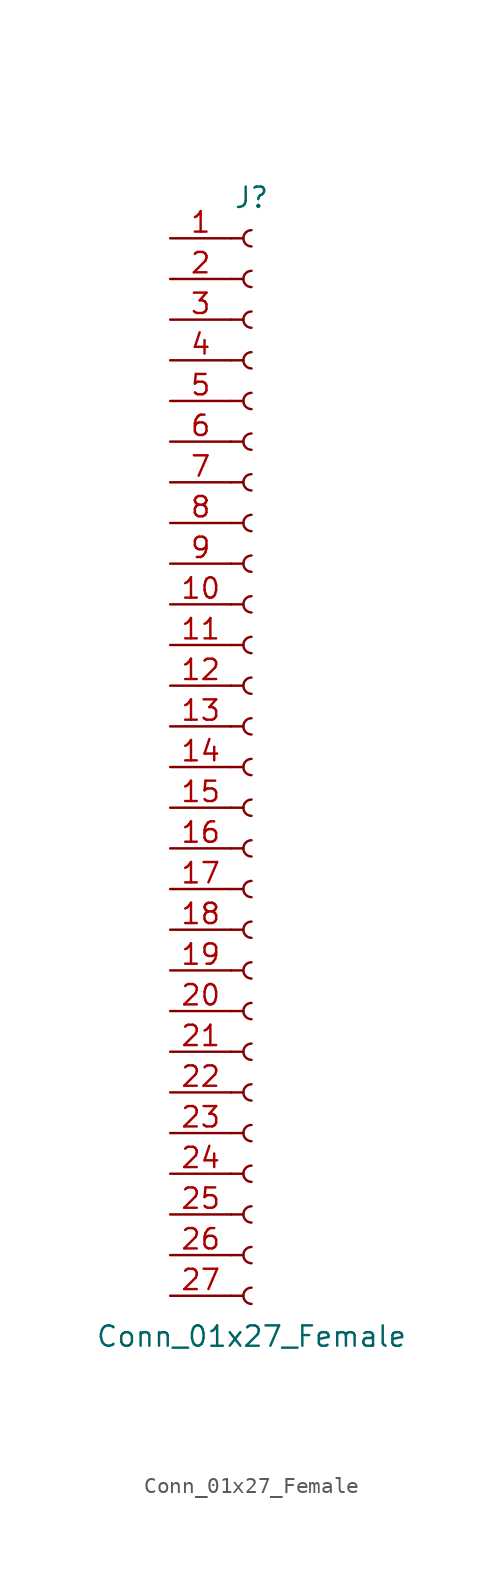
<source format=kicad_sym>
(kicad_symbol_lib
  (version 20220914)
  (generator kicad_symbol_editor)
  (symbol "Conn_01x27_Female"
    (pin_names
      (offset 1.016) hide)
    (property "Reference" "J"
      (at 0 35.56 0)
      (effects (font (size 1.27 1.27))))
    (property "Value" "Conn_01x27_Female"
      (at 0 -35.56 0)
      (effects (font (size 1.27 1.27))))
    (symbol "Conn_01x27_Female_1_1"
      (arc (start 0 -32.512) (mid -0.5058 -33.02) (end 0 -33.528) (stroke (width 0.1524) (type default)) (fill (type none)))
      (arc (start 0 -29.972) (mid -0.5058 -30.48) (end 0 -30.988) (stroke (width 0.1524) (type default)) (fill (type none)))
      (arc (start 0 -27.432) (mid -0.5058 -27.94) (end 0 -28.448) (stroke (width 0.1524) (type default)) (fill (type none)))
      (arc (start 0 -24.892) (mid -0.5058 -25.4) (end 0 -25.908) (stroke (width 0.1524) (type default)) (fill (type none)))
      (arc (start 0 -22.352) (mid -0.5058 -22.86) (end 0 -23.368) (stroke (width 0.1524) (type default)) (fill (type none)))
      (arc (start 0 -19.812) (mid -0.5058 -20.32) (end 0 -20.828) (stroke (width 0.1524) (type default)) (fill (type none)))
      (arc (start 0 -17.272) (mid -0.5058 -17.78) (end 0 -18.288) (stroke (width 0.1524) (type default)) (fill (type none)))
      (arc (start 0 -14.732) (mid -0.5058 -15.24) (end 0 -15.748) (stroke (width 0.1524) (type default)) (fill (type none)))
      (arc (start 0 -12.192) (mid -0.5058 -12.7) (end 0 -13.208) (stroke (width 0.1524) (type default)) (fill (type none)))
      (arc (start 0 -9.652) (mid -0.5058 -10.16) (end 0 -10.668) (stroke (width 0.1524) (type default)) (fill (type none)))
      (arc (start 0 -7.112) (mid -0.5058 -7.62) (end 0 -8.128) (stroke (width 0.1524) (type default)) (fill (type none)))
      (arc (start 0 -4.572) (mid -0.5058 -5.08) (end 0 -5.588) (stroke (width 0.1524) (type default)) (fill (type none)))
      (arc (start 0 -2.032) (mid -0.5058 -2.54) (end 0 -3.048) (stroke (width 0.1524) (type default)) (fill (type none)))
      (polyline (pts (xy -1.27 -33.02) (xy -0.508 -33.02)) (stroke (width 0.152) (type default)) (fill (type none)))
      (polyline (pts (xy -1.27 -30.48) (xy -0.508 -30.48)) (stroke (width 0.152) (type default)) (fill (type none)))
      (polyline (pts (xy -1.27 -27.94) (xy -0.508 -27.94)) (stroke (width 0.152) (type default)) (fill (type none)))
      (polyline (pts (xy -1.27 -25.4) (xy -0.508 -25.4)) (stroke (width 0.152) (type default)) (fill (type none)))
      (polyline (pts (xy -1.27 -22.86) (xy -0.508 -22.86)) (stroke (width 0.152) (type default)) (fill (type none)))
      (polyline (pts (xy -1.27 -20.32) (xy -0.508 -20.32)) (stroke (width 0.152) (type default)) (fill (type none)))
      (polyline (pts (xy -1.27 -17.78) (xy -0.508 -17.78)) (stroke (width 0.152) (type default)) (fill (type none)))
      (polyline (pts (xy -1.27 -15.24) (xy -0.508 -15.24)) (stroke (width 0.152) (type default)) (fill (type none)))
      (polyline (pts (xy -1.27 -12.7) (xy -0.508 -12.7)) (stroke (width 0.152) (type default)) (fill (type none)))
      (polyline (pts (xy -1.27 -10.16) (xy -0.508 -10.16)) (stroke (width 0.152) (type default)) (fill (type none)))
      (polyline (pts (xy -1.27 -7.62) (xy -0.508 -7.62)) (stroke (width 0.152) (type default)) (fill (type none)))
      (polyline (pts (xy -1.27 -5.08) (xy -0.508 -5.08)) (stroke (width 0.152) (type default)) (fill (type none)))
      (polyline (pts (xy -1.27 -2.54) (xy -0.508 -2.54)) (stroke (width 0.152) (type default)) (fill (type none)))
      (polyline (pts (xy -1.27 0) (xy -0.508 0)) (stroke (width 0.152) (type default)) (fill (type none)))
      (polyline (pts (xy -1.27 2.54) (xy -0.508 2.54)) (stroke (width 0.152) (type default)) (fill (type none)))
      (polyline (pts (xy -1.27 5.08) (xy -0.508 5.08)) (stroke (width 0.152) (type default)) (fill (type none)))
      (polyline (pts (xy -1.27 7.62) (xy -0.508 7.62)) (stroke (width 0.152) (type default)) (fill (type none)))
      (polyline (pts (xy -1.27 10.16) (xy -0.508 10.16)) (stroke (width 0.152) (type default)) (fill (type none)))
      (polyline (pts (xy -1.27 12.7) (xy -0.508 12.7)) (stroke (width 0.152) (type default)) (fill (type none)))
      (polyline (pts (xy -1.27 15.24) (xy -0.508 15.24)) (stroke (width 0.152) (type default)) (fill (type none)))
      (polyline (pts (xy -1.27 17.78) (xy -0.508 17.78)) (stroke (width 0.152) (type default)) (fill (type none)))
      (polyline (pts (xy -1.27 20.32) (xy -0.508 20.32)) (stroke (width 0.152) (type default)) (fill (type none)))
      (polyline (pts (xy -1.27 22.86) (xy -0.508 22.86)) (stroke (width 0.152) (type default)) (fill (type none)))
      (polyline (pts (xy -1.27 25.4) (xy -0.508 25.4)) (stroke (width 0.152) (type default)) (fill (type none)))
      (polyline (pts (xy -1.27 27.94) (xy -0.508 27.94)) (stroke (width 0.152) (type default)) (fill (type none)))
      (polyline (pts (xy -1.27 30.48) (xy -0.508 30.48)) (stroke (width 0.152) (type default)) (fill (type none)))
      (polyline (pts (xy -1.27 33.02) (xy -0.508 33.02)) (stroke (width 0.152) (type default)) (fill (type none)))
      (arc (start 0 0.508) (mid -0.5058 0) (end 0 -0.508) (stroke (width 0.1524) (type default)) (fill (type none)))
      (arc (start 0 3.048) (mid -0.5058 2.54) (end 0 2.032) (stroke (width 0.1524) (type default)) (fill (type none)))
      (arc (start 0 5.588) (mid -0.5058 5.08) (end 0 4.572) (stroke (width 0.1524) (type default)) (fill (type none)))
      (arc (start 0 8.128) (mid -0.5058 7.62) (end 0 7.112) (stroke (width 0.1524) (type default)) (fill (type none)))
      (arc (start 0 10.668) (mid -0.5058 10.16) (end 0 9.652) (stroke (width 0.1524) (type default)) (fill (type none)))
      (arc (start 0 13.208) (mid -0.5058 12.7) (end 0 12.192) (stroke (width 0.1524) (type default)) (fill (type none)))
      (arc (start 0 15.748) (mid -0.5058 15.24) (end 0 14.732) (stroke (width 0.1524) (type default)) (fill (type none)))
      (arc (start 0 18.288) (mid -0.5058 17.78) (end 0 17.272) (stroke (width 0.1524) (type default)) (fill (type none)))
      (arc (start 0 20.828) (mid -0.5058 20.32) (end 0 19.812) (stroke (width 0.1524) (type default)) (fill (type none)))
      (arc (start 0 23.368) (mid -0.5058 22.86) (end 0 22.352) (stroke (width 0.1524) (type default)) (fill (type none)))
      (arc (start 0 25.908) (mid -0.5058 25.4) (end 0 24.892) (stroke (width 0.1524) (type default)) (fill (type none)))
      (arc (start 0 28.448) (mid -0.5058 27.94) (end 0 27.432) (stroke (width 0.1524) (type default)) (fill (type none)))
      (arc (start 0 30.988) (mid -0.5058 30.48) (end 0 29.972) (stroke (width 0.1524) (type default)) (fill (type none)))
      (arc (start 0 33.528) (mid -0.5058 33.02) (end 0 32.512) (stroke (width 0.1524) (type default)) (fill (type none)))
      (pin passive line (at -5.08 33.02 0) (length 3.81) (name "Pin_1" (effects (font (size 1.27 1.27)))) (number "1" (effects (font (size 1.27 1.27)))))
      (pin passive line (at -5.08 10.16 0) (length 3.81) (name "Pin_10" (effects (font (size 1.27 1.27)))) (number "10" (effects (font (size 1.27 1.27)))))
      (pin passive line (at -5.08 7.62 0) (length 3.81) (name "Pin_11" (effects (font (size 1.27 1.27)))) (number "11" (effects (font (size 1.27 1.27)))))
      (pin passive line (at -5.08 5.08 0) (length 3.81) (name "Pin_12" (effects (font (size 1.27 1.27)))) (number "12" (effects (font (size 1.27 1.27)))))
      (pin passive line (at -5.08 2.54 0) (length 3.81) (name "Pin_13" (effects (font (size 1.27 1.27)))) (number "13" (effects (font (size 1.27 1.27)))))
      (pin passive line (at -5.08 0 0) (length 3.81) (name "Pin_14" (effects (font (size 1.27 1.27)))) (number "14" (effects (font (size 1.27 1.27)))))
      (pin passive line (at -5.08 -2.54 0) (length 3.81) (name "Pin_15" (effects (font (size 1.27 1.27)))) (number "15" (effects (font (size 1.27 1.27)))))
      (pin passive line (at -5.08 -5.08 0) (length 3.81) (name "Pin_16" (effects (font (size 1.27 1.27)))) (number "16" (effects (font (size 1.27 1.27)))))
      (pin passive line (at -5.08 -7.62 0) (length 3.81) (name "Pin_17" (effects (font (size 1.27 1.27)))) (number "17" (effects (font (size 1.27 1.27)))))
      (pin passive line (at -5.08 -10.16 0) (length 3.81) (name "Pin_18" (effects (font (size 1.27 1.27)))) (number "18" (effects (font (size 1.27 1.27)))))
      (pin passive line (at -5.08 -12.7 0) (length 3.81) (name "Pin_19" (effects (font (size 1.27 1.27)))) (number "19" (effects (font (size 1.27 1.27)))))
      (pin passive line (at -5.08 30.48 0) (length 3.81) (name "Pin_2" (effects (font (size 1.27 1.27)))) (number "2" (effects (font (size 1.27 1.27)))))
      (pin passive line (at -5.08 -15.24 0) (length 3.81) (name "Pin_20" (effects (font (size 1.27 1.27)))) (number "20" (effects (font (size 1.27 1.27)))))
      (pin passive line (at -5.08 -17.78 0) (length 3.81) (name "Pin_21" (effects (font (size 1.27 1.27)))) (number "21" (effects (font (size 1.27 1.27)))))
      (pin passive line (at -5.08 -20.32 0) (length 3.81) (name "Pin_22" (effects (font (size 1.27 1.27)))) (number "22" (effects (font (size 1.27 1.27)))))
      (pin passive line (at -5.08 -22.86 0) (length 3.81) (name "Pin_23" (effects (font (size 1.27 1.27)))) (number "23" (effects (font (size 1.27 1.27)))))
      (pin passive line (at -5.08 -25.4 0) (length 3.81) (name "Pin_24" (effects (font (size 1.27 1.27)))) (number "24" (effects (font (size 1.27 1.27)))))
      (pin passive line (at -5.08 -27.94 0) (length 3.81) (name "Pin_25" (effects (font (size 1.27 1.27)))) (number "25" (effects (font (size 1.27 1.27)))))
      (pin passive line (at -5.08 -30.48 0) (length 3.81) (name "Pin_26" (effects (font (size 1.27 1.27)))) (number "26" (effects (font (size 1.27 1.27)))))
      (pin passive line (at -5.08 -33.02 0) (length 3.81) (name "Pin_27" (effects (font (size 1.27 1.27)))) (number "27" (effects (font (size 1.27 1.27)))))
      (pin passive line (at -5.08 27.94 0) (length 3.81) (name "Pin_3" (effects (font (size 1.27 1.27)))) (number "3" (effects (font (size 1.27 1.27)))))
      (pin passive line (at -5.08 25.4 0) (length 3.81) (name "Pin_4" (effects (font (size 1.27 1.27)))) (number "4" (effects (font (size 1.27 1.27)))))
      (pin passive line (at -5.08 22.86 0) (length 3.81) (name "Pin_5" (effects (font (size 1.27 1.27)))) (number "5" (effects (font (size 1.27 1.27)))))
      (pin passive line (at -5.08 20.32 0) (length 3.81) (name "Pin_6" (effects (font (size 1.27 1.27)))) (number "6" (effects (font (size 1.27 1.27)))))
      (pin passive line (at -5.08 17.78 0) (length 3.81) (name "Pin_7" (effects (font (size 1.27 1.27)))) (number "7" (effects (font (size 1.27 1.27)))))
      (pin passive line (at -5.08 15.24 0) (length 3.81) (name "Pin_8" (effects (font (size 1.27 1.27)))) (number "8" (effects (font (size 1.27 1.27)))))
      (pin passive line (at -5.08 12.7 0) (length 3.81) (name "Pin_9" (effects (font (size 1.27 1.27)))) (number "9" (effects (font (size 1.27 1.27))))))))
</source>
